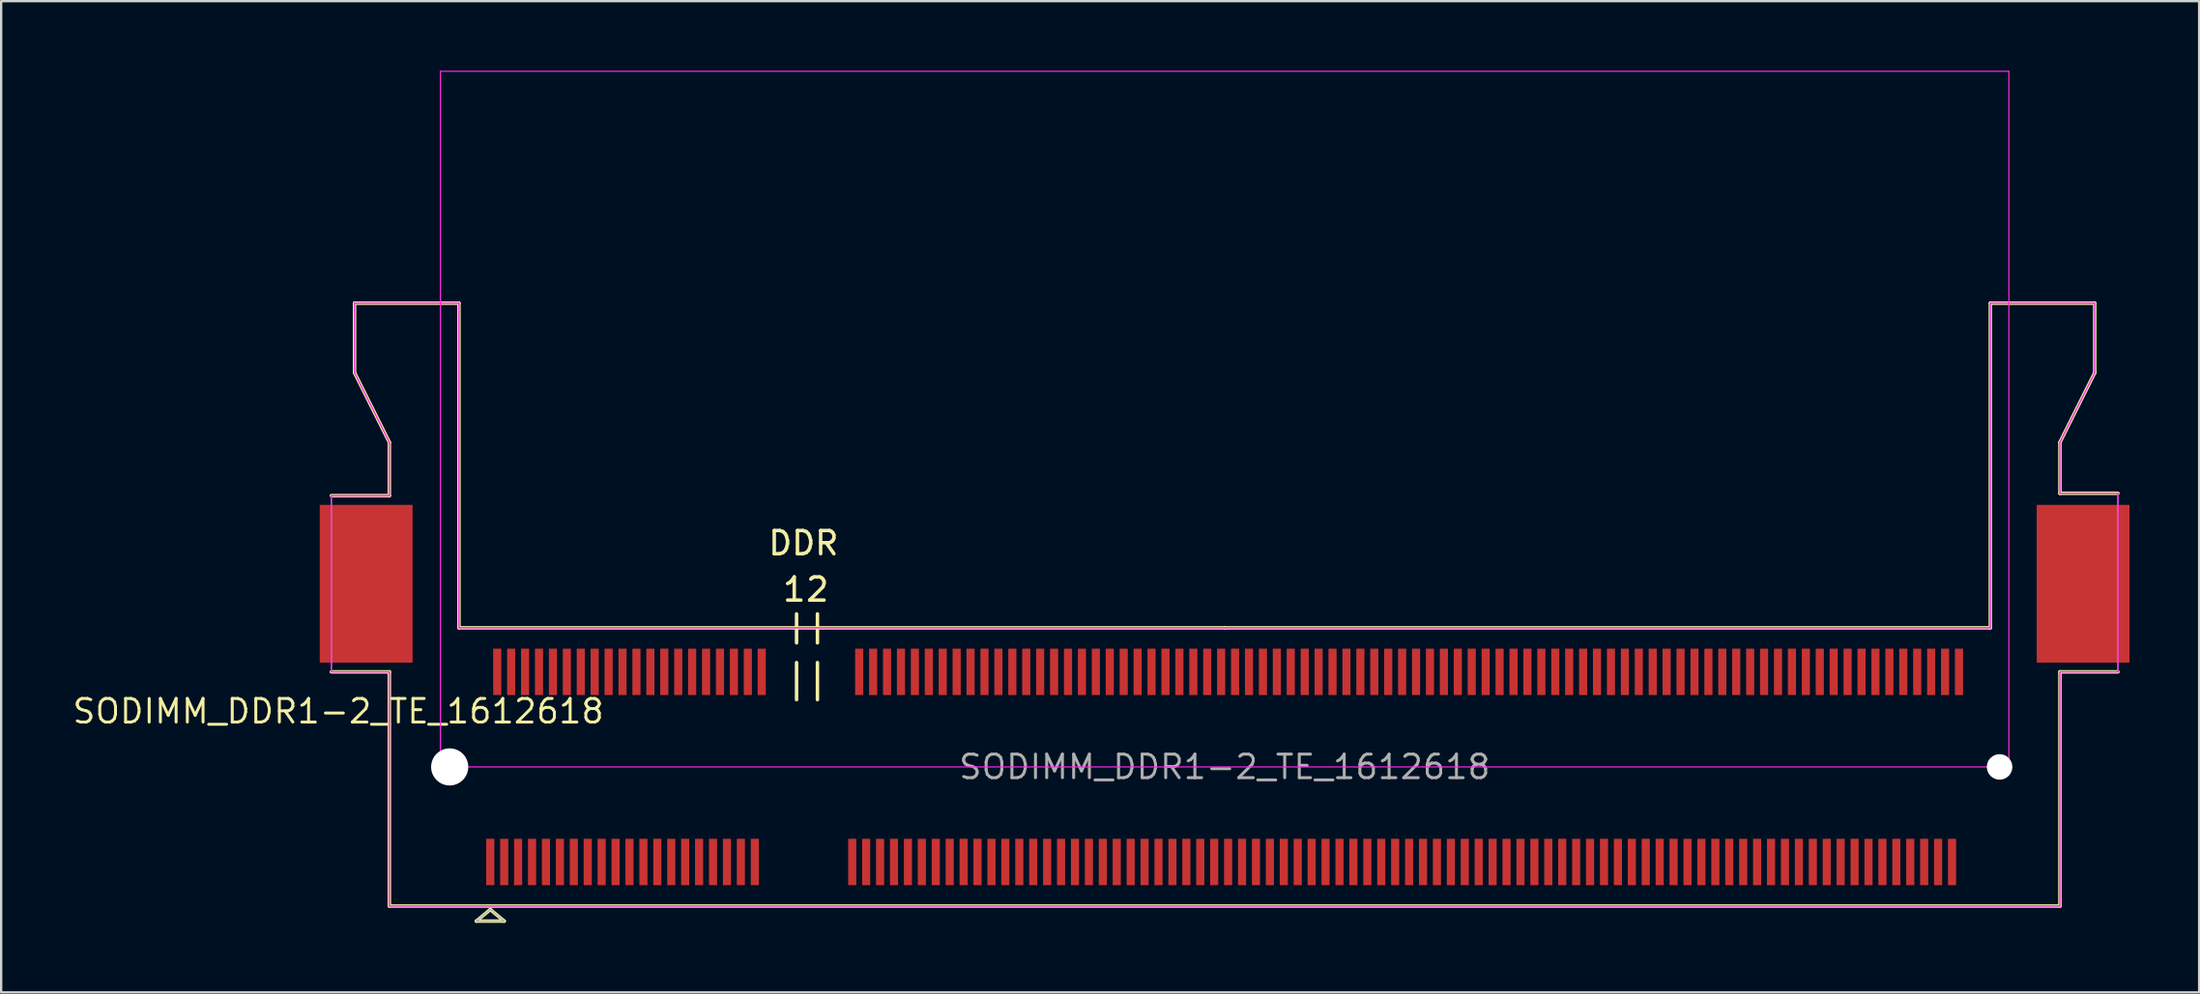
<source format=kicad_pcb>
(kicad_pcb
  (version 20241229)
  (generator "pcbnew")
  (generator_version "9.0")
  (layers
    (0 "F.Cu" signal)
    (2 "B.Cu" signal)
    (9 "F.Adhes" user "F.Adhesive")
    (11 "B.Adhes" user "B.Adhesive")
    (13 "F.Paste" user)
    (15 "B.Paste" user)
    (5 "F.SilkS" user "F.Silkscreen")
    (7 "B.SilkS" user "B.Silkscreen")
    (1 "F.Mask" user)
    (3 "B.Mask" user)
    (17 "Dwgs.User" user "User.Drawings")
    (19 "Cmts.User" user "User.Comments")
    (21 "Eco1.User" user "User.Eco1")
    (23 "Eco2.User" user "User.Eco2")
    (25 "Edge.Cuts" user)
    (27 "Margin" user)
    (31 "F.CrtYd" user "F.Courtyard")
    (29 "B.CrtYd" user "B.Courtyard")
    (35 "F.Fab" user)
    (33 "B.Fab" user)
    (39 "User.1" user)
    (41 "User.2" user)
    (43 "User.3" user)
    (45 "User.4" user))
  (footprint "SODIMM_DDR1-2_TE_1612618"
    (layer "F.Cu")
    (at 49.731 30.025)
    (property "Reference" "SODIMM_DDR1-2_TE_1612618" (at -38.2 -2.4 0) (layer "F.SilkS") (effects (font (size 1.016 1.016) (thickness 0.127))))
    (attr smd)
    (fp_line (start -37.5 -20) (end -37.5 -17) (stroke (width 0.15) (type solid)) (layer "F.SilkS"))
    (fp_line (start -37.5 -17) (end -36 -14) (stroke (width 0.15) (type solid)) (layer "F.SilkS"))
    (fp_line (start -36 -14) (end -36 -11.7) (stroke (width 0.15) (type solid)) (layer "F.SilkS"))
    (fp_line (start -36 -11.7) (end -38.5 -11.7) (stroke (width 0.15) (type solid)) (layer "F.SilkS"))
    (fp_line (start -36 -4.1) (end -38.5 -4.1) (stroke (width 0.15) (type solid)) (layer "F.SilkS"))
    (fp_line (start -36 -4.1) (end -36 6) (stroke (width 0.15) (type solid)) (layer "F.SilkS"))
    (fp_line (start -36 6) (end 36 6) (stroke (width 0.15) (type solid)) (layer "F.SilkS"))
    (fp_line (start -33 -20) (end -37.5 -20) (stroke (width 0.15) (type solid)) (layer "F.SilkS"))
    (fp_line (start -33 -6) (end -33 -20) (stroke (width 0.15) (type solid)) (layer "F.SilkS"))
    (fp_line (start -32.25 6.65) (end -31.65 6.15) (stroke (width 0.15) (type solid)) (layer "F.SilkS"))
    (fp_line (start -31.65 6.15) (end -31.05 6.65) (stroke (width 0.15) (type solid)) (layer "F.SilkS"))
    (fp_line (start -31.05 6.65) (end -32.25 6.65) (stroke (width 0.15) (type solid)) (layer "F.SilkS"))
    (fp_line (start -18.45 -5.35) (end -18.45 -6.6) (stroke (width 0.15) (type solid)) (layer "F.SilkS"))
    (fp_line (start -18.45 -4.5) (end -18.45 -2.9) (stroke (width 0.15) (type solid)) (layer "F.SilkS"))
    (fp_line (start -17.55 -5.35) (end -17.55 -6.6) (stroke (width 0.15) (type solid)) (layer "F.SilkS"))
    (fp_line (start -17.55 -4.5) (end -17.55 -2.9) (stroke (width 0.15) (type solid)) (layer "F.SilkS"))
    (fp_line (start 0 -6) (end -33 -6) (stroke (width 0.15) (type solid)) (layer "F.SilkS"))
    (fp_line (start 33 -20) (end 33 -6) (stroke (width 0.15) (type solid)) (layer "F.SilkS"))
    (fp_line (start 33 -6) (end 0 -6) (stroke (width 0.15) (type solid)) (layer "F.SilkS"))
    (fp_line (start 36 -14) (end 36 -11.8) (stroke (width 0.15) (type solid)) (layer "F.SilkS"))
    (fp_line (start 36 -14) (end 37.5 -17) (stroke (width 0.15) (type solid)) (layer "F.SilkS"))
    (fp_line (start 36 -11.8) (end 38.5 -11.8) (stroke (width 0.15) (type solid)) (layer "F.SilkS"))
    (fp_line (start 36 -4.1) (end 38.5 -4.1) (stroke (width 0.15) (type solid)) (layer "F.SilkS"))
    (fp_line (start 36 6) (end 36 -4.1) (stroke (width 0.15) (type solid)) (layer "F.SilkS"))
    (fp_line (start 37.5 -20) (end 33 -20) (stroke (width 0.15) (type solid)) (layer "F.SilkS"))
    (fp_line (start 37.5 -17) (end 37.5 -20) (stroke (width 0.15) (type solid)) (layer "F.SilkS"))
    (fp_line (start -38.5 -11.7) (end -38.5 -4.1) (stroke (width 0.051) (type solid)) (layer "F.CrtYd"))
    (fp_line (start -37.5 -20) (end -37.5 -17) (stroke (width 0.051) (type solid)) (layer "F.CrtYd"))
    (fp_line (start -37.5 -17) (end -36 -14) (stroke (width 0.051) (type solid)) (layer "F.CrtYd"))
    (fp_line (start -36 -14) (end -36 -11.7) (stroke (width 0.051) (type solid)) (layer "F.CrtYd"))
    (fp_line (start -36 -11.7) (end -38.5 -11.7) (stroke (width 0.051) (type solid)) (layer "F.CrtYd"))
    (fp_line (start -36 -4.1) (end -38.5 -4.1) (stroke (width 0.051) (type solid)) (layer "F.CrtYd"))
    (fp_line (start -36 -4.1) (end -36 6) (stroke (width 0.051) (type solid)) (layer "F.CrtYd"))
    (fp_line (start -36 6) (end 36 6) (stroke (width 0.051) (type solid)) (layer "F.CrtYd"))
    (fp_line (start -33.8 -30) (end 33.8 -30) (stroke (width 0.051) (type solid)) (layer "F.CrtYd"))
    (fp_line (start -33.8 0) (end -33.8 -30) (stroke (width 0.051) (type solid)) (layer "F.CrtYd"))
    (fp_line (start -33.8 0) (end 33.8 0) (stroke (width 0.051) (type solid)) (layer "F.CrtYd"))
    (fp_line (start -33 -20) (end -37.5 -20) (stroke (width 0.051) (type solid)) (layer "F.CrtYd"))
    (fp_line (start -33 -6) (end -33 -20) (stroke (width 0.051) (type solid)) (layer "F.CrtYd"))
    (fp_line (start 0 -6) (end -33 -6) (stroke (width 0.051) (type solid)) (layer "F.CrtYd"))
    (fp_line (start 33 -20) (end 33 -6) (stroke (width 0.051) (type solid)) (layer "F.CrtYd"))
    (fp_line (start 33 -6) (end 0 -6) (stroke (width 0.051) (type solid)) (layer "F.CrtYd"))
    (fp_line (start 33.8 -30) (end 33.8 0) (stroke (width 0.051) (type solid)) (layer "F.CrtYd"))
    (fp_line (start 36 -14) (end 36 -11.8) (stroke (width 0.051) (type solid)) (layer "F.CrtYd"))
    (fp_line (start 36 -14) (end 37.5 -17) (stroke (width 0.051) (type solid)) (layer "F.CrtYd"))
    (fp_line (start 36 -11.8) (end 38.5 -11.8) (stroke (width 0.051) (type solid)) (layer "F.CrtYd"))
    (fp_line (start 36 -4.1) (end 38.5 -4.1) (stroke (width 0.051) (type solid)) (layer "F.CrtYd"))
    (fp_line (start 36 6) (end 36 -4.1) (stroke (width 0.051) (type solid)) (layer "F.CrtYd"))
    (fp_line (start 37.5 -20) (end 33 -20) (stroke (width 0.051) (type solid)) (layer "F.CrtYd"))
    (fp_line (start 37.5 -17) (end 37.5 -20) (stroke (width 0.051) (type solid)) (layer "F.CrtYd"))
    (fp_line (start 38.5 -11.8) (end 38.5 -4.1) (stroke (width 0.051) (type solid)) (layer "F.CrtYd"))
    (fp_line (start -38.5 -11.7) (end -38.5 -4.1) (stroke (width 0.051) (type solid)) (layer "F.Fab"))
    (fp_line (start -37.5 -20) (end -37.5 -17) (stroke (width 0.051) (type solid)) (layer "F.Fab"))
    (fp_line (start -37.5 -17) (end -36 -14) (stroke (width 0.051) (type solid)) (layer "F.Fab"))
    (fp_line (start -36 -14) (end -36 -11.7) (stroke (width 0.051) (type solid)) (layer "F.Fab"))
    (fp_line (start -36 -11.7) (end -38.5 -11.7) (stroke (width 0.051) (type solid)) (layer "F.Fab"))
    (fp_line (start -36 -4.1) (end -38.5 -4.1) (stroke (width 0.051) (type solid)) (layer "F.Fab"))
    (fp_line (start -36 -4.1) (end -36 6) (stroke (width 0.051) (type solid)) (layer "F.Fab"))
    (fp_line (start -36 6) (end 36 6) (stroke (width 0.051) (type solid)) (layer "F.Fab"))
    (fp_line (start -33 -20) (end -37.5 -20) (stroke (width 0.051) (type solid)) (layer "F.Fab"))
    (fp_line (start -33 -6) (end -33 -20) (stroke (width 0.051) (type solid)) (layer "F.Fab"))
    (fp_line (start -32.25 6.65) (end -31.65 6.15) (stroke (width 0.051) (type solid)) (layer "F.Fab"))
    (fp_line (start -31.65 6.15) (end -31.05 6.65) (stroke (width 0.051) (type solid)) (layer "F.Fab"))
    (fp_line (start -31.05 6.65) (end -32.25 6.65) (stroke (width 0.051) (type solid)) (layer "F.Fab"))
    (fp_line (start 0 -6) (end -33 -6) (stroke (width 0.051) (type solid)) (layer "F.Fab"))
    (fp_line (start 33 -20) (end 33 -6) (stroke (width 0.051) (type solid)) (layer "F.Fab"))
    (fp_line (start 33 -6) (end 0 -6) (stroke (width 0.051) (type solid)) (layer "F.Fab"))
    (fp_line (start 36 -14) (end 36 -11.8) (stroke (width 0.051) (type solid)) (layer "F.Fab"))
    (fp_line (start 36 -14) (end 37.5 -17) (stroke (width 0.051) (type solid)) (layer "F.Fab"))
    (fp_line (start 36 -11.8) (end 38.5 -11.8) (stroke (width 0.051) (type solid)) (layer "F.Fab"))
    (fp_line (start 36 -4.1) (end 38.5 -4.1) (stroke (width 0.051) (type solid)) (layer "F.Fab"))
    (fp_line (start 36 6) (end 36 -4.1) (stroke (width 0.051) (type solid)) (layer "F.Fab"))
    (fp_line (start 37.5 -20) (end 33 -20) (stroke (width 0.051) (type solid)) (layer "F.Fab"))
    (fp_line (start 37.5 -17) (end 37.5 -20) (stroke (width 0.051) (type solid)) (layer "F.Fab"))
    (fp_line (start 38.5 -11.8) (end 38.5 -4.1) (stroke (width 0.051) (type solid)) (layer "F.Fab"))
    (fp_text user "2" (at -17.55 -7.65 0) (layer "F.SilkS") (effects (font (size 1 1) (thickness 0.15))))
    (fp_text user "1" (at -18.55 -7.65 0) (layer "F.SilkS") (effects (font (size 1 1) (thickness 0.15))))
    (fp_text user "DDR" (at -18.15 -9.65 0) (layer "F.SilkS") (effects (font (size 1 1) (thickness 0.15))))
    (fp_text user "${REFERENCE}" (at 0 0 0) (layer "F.Fab") (effects (font (size 1.016 1.016) (thickness 0.127))))
    (pad "" smd rect (at -37 -7.9) (size 4 6.8) (layers "F.Cu" "F.Mask" "F.Paste"))
    (pad "" np_thru_hole circle (at -33.4 0) (size 1.6 1.6) (drill 1.6) (layers "*.Cu" "*.Mask"))
    (pad "" np_thru_hole circle (at 33.4 0) (size 1.1 1.1) (drill 1.1) (layers "*.Cu" "*.Mask"))
    (pad "" smd rect (at 37 -7.9) (size 4 6.8) (layers "F.Cu" "F.Mask" "F.Paste"))
    (pad "1" smd rect (at -31.65 4.1) (size 0.35 2) (layers "F.Cu" "F.Mask" "F.Paste"))
    (pad "2" smd rect (at -31.35 -4.1) (size 0.35 2) (layers "F.Cu" "F.Mask" "F.Paste"))
    (pad "3" smd rect (at -31.05 4.1) (size 0.35 2) (layers "F.Cu" "F.Mask" "F.Paste"))
    (pad "4" smd rect (at -30.75 -4.1) (size 0.35 2) (layers "F.Cu" "F.Mask" "F.Paste"))
    (pad "5" smd rect (at -30.45 4.1) (size 0.35 2) (layers "F.Cu" "F.Mask" "F.Paste"))
    (pad "6" smd rect (at -30.15 -4.1) (size 0.35 2) (layers "F.Cu" "F.Mask" "F.Paste"))
    (pad "7" smd rect (at -29.85 4.1) (size 0.35 2) (layers "F.Cu" "F.Mask" "F.Paste"))
    (pad "8" smd rect (at -29.55 -4.1) (size 0.35 2) (layers "F.Cu" "F.Mask" "F.Paste"))
    (pad "9" smd rect (at -29.25 4.1) (size 0.35 2) (layers "F.Cu" "F.Mask" "F.Paste"))
    (pad "10" smd rect (at -28.95 -4.1) (size 0.35 2) (layers "F.Cu" "F.Mask" "F.Paste"))
    (pad "11" smd rect (at -28.65 4.1) (size 0.35 2) (layers "F.Cu" "F.Mask" "F.Paste"))
    (pad "12" smd rect (at -28.35 -4.1) (size 0.35 2) (layers "F.Cu" "F.Mask" "F.Paste"))
    (pad "13" smd rect (at -28.05 4.1) (size 0.35 2) (layers "F.Cu" "F.Mask" "F.Paste"))
    (pad "14" smd rect (at -27.75 -4.1) (size 0.35 2) (layers "F.Cu" "F.Mask" "F.Paste"))
    (pad "15" smd rect (at -27.45 4.1) (size 0.35 2) (layers "F.Cu" "F.Mask" "F.Paste"))
    (pad "16" smd rect (at -27.15 -4.1) (size 0.35 2) (layers "F.Cu" "F.Mask" "F.Paste"))
    (pad "17" smd rect (at -26.85 4.1) (size 0.35 2) (layers "F.Cu" "F.Mask" "F.Paste"))
    (pad "18" smd rect (at -26.55 -4.1) (size 0.35 2) (layers "F.Cu" "F.Mask" "F.Paste"))
    (pad "19" smd rect (at -26.25 4.1) (size 0.35 2) (layers "F.Cu" "F.Mask" "F.Paste"))
    (pad "20" smd rect (at -25.95 -4.1) (size 0.35 2) (layers "F.Cu" "F.Mask" "F.Paste"))
    (pad "21" smd rect (at -25.65 4.1) (size 0.35 2) (layers "F.Cu" "F.Mask" "F.Paste"))
    (pad "22" smd rect (at -25.35 -4.1) (size 0.35 2) (layers "F.Cu" "F.Mask" "F.Paste"))
    (pad "23" smd rect (at -25.05 4.1) (size 0.35 2) (layers "F.Cu" "F.Mask" "F.Paste"))
    (pad "24" smd rect (at -24.75 -4.1) (size 0.35 2) (layers "F.Cu" "F.Mask" "F.Paste"))
    (pad "25" smd rect (at -24.45 4.1) (size 0.35 2) (layers "F.Cu" "F.Mask" "F.Paste"))
    (pad "26" smd rect (at -24.15 -4.1) (size 0.35 2) (layers "F.Cu" "F.Mask" "F.Paste"))
    (pad "27" smd rect (at -23.85 4.1) (size 0.35 2) (layers "F.Cu" "F.Mask" "F.Paste"))
    (pad "28" smd rect (at -23.55 -4.1) (size 0.35 2) (layers "F.Cu" "F.Mask" "F.Paste"))
    (pad "29" smd rect (at -23.25 4.1) (size 0.35 2) (layers "F.Cu" "F.Mask" "F.Paste"))
    (pad "30" smd rect (at -22.95 -4.1) (size 0.35 2) (layers "F.Cu" "F.Mask" "F.Paste"))
    (pad "31" smd rect (at -22.65 4.1) (size 0.35 2) (layers "F.Cu" "F.Mask" "F.Paste"))
    (pad "32" smd rect (at -22.35 -4.1) (size 0.35 2) (layers "F.Cu" "F.Mask" "F.Paste"))
    (pad "33" smd rect (at -22.05 4.1) (size 0.35 2) (layers "F.Cu" "F.Mask" "F.Paste"))
    (pad "34" smd rect (at -21.75 -4.1) (size 0.35 2) (layers "F.Cu" "F.Mask" "F.Paste"))
    (pad "35" smd rect (at -21.45 4.1) (size 0.35 2) (layers "F.Cu" "F.Mask" "F.Paste"))
    (pad "36" smd rect (at -21.15 -4.1) (size 0.35 2) (layers "F.Cu" "F.Mask" "F.Paste"))
    (pad "37" smd rect (at -20.85 4.1) (size 0.35 2) (layers "F.Cu" "F.Mask" "F.Paste"))
    (pad "38" smd rect (at -20.55 -4.1) (size 0.35 2) (layers "F.Cu" "F.Mask" "F.Paste"))
    (pad "39" smd rect (at -20.25 4.1) (size 0.35 2) (layers "F.Cu" "F.Mask" "F.Paste"))
    (pad "40" smd rect (at -19.95 -4.1) (size 0.35 2) (layers "F.Cu" "F.Mask" "F.Paste"))
    (pad "41" smd rect (at -16.05 4.1) (size 0.35 2) (layers "F.Cu" "F.Mask" "F.Paste"))
    (pad "42" smd rect (at -15.75 -4.1) (size 0.35 2) (layers "F.Cu" "F.Mask" "F.Paste"))
    (pad "43" smd rect (at -15.45 4.1) (size 0.35 2) (layers "F.Cu" "F.Mask" "F.Paste"))
    (pad "44" smd rect (at -15.15 -4.1) (size 0.35 2) (layers "F.Cu" "F.Mask" "F.Paste"))
    (pad "45" smd rect (at -14.85 4.1) (size 0.35 2) (layers "F.Cu" "F.Mask" "F.Paste"))
    (pad "46" smd rect (at -14.55 -4.1) (size 0.35 2) (layers "F.Cu" "F.Mask" "F.Paste"))
    (pad "47" smd rect (at -14.25 4.1) (size 0.35 2) (layers "F.Cu" "F.Mask" "F.Paste"))
    (pad "48" smd rect (at -13.95 -4.1) (size 0.35 2) (layers "F.Cu" "F.Mask" "F.Paste"))
    (pad "49" smd rect (at -13.65 4.1) (size 0.35 2) (layers "F.Cu" "F.Mask" "F.Paste"))
    (pad "50" smd rect (at -13.35 -4.1) (size 0.35 2) (layers "F.Cu" "F.Mask" "F.Paste"))
    (pad "51" smd rect (at -13.05 4.1) (size 0.35 2) (layers "F.Cu" "F.Mask" "F.Paste"))
    (pad "52" smd rect (at -12.75 -4.1) (size 0.35 2) (layers "F.Cu" "F.Mask" "F.Paste"))
    (pad "53" smd rect (at -12.45 4.1) (size 0.35 2) (layers "F.Cu" "F.Mask" "F.Paste"))
    (pad "54" smd rect (at -12.15 -4.1) (size 0.35 2) (layers "F.Cu" "F.Mask" "F.Paste"))
    (pad "55" smd rect (at -11.85 4.1) (size 0.35 2) (layers "F.Cu" "F.Mask" "F.Paste"))
    (pad "56" smd rect (at -11.55 -4.1) (size 0.35 2) (layers "F.Cu" "F.Mask" "F.Paste"))
    (pad "57" smd rect (at -11.25 4.1) (size 0.35 2) (layers "F.Cu" "F.Mask" "F.Paste"))
    (pad "58" smd rect (at -10.95 -4.1) (size 0.35 2) (layers "F.Cu" "F.Mask" "F.Paste"))
    (pad "59" smd rect (at -10.65 4.1) (size 0.35 2) (layers "F.Cu" "F.Mask" "F.Paste"))
    (pad "60" smd rect (at -10.35 -4.1) (size 0.35 2) (layers "F.Cu" "F.Mask" "F.Paste"))
    (pad "61" smd rect (at -10.05 4.1) (size 0.35 2) (layers "F.Cu" "F.Mask" "F.Paste"))
    (pad "62" smd rect (at -9.75 -4.1) (size 0.35 2) (layers "F.Cu" "F.Mask" "F.Paste"))
    (pad "63" smd rect (at -9.45 4.1) (size 0.35 2) (layers "F.Cu" "F.Mask" "F.Paste"))
    (pad "64" smd rect (at -9.15 -4.1) (size 0.35 2) (layers "F.Cu" "F.Mask" "F.Paste"))
    (pad "65" smd rect (at -8.85 4.1) (size 0.35 2) (layers "F.Cu" "F.Mask" "F.Paste"))
    (pad "66" smd rect (at -8.55 -4.1) (size 0.35 2) (layers "F.Cu" "F.Mask" "F.Paste"))
    (pad "67" smd rect (at -8.25 4.1) (size 0.35 2) (layers "F.Cu" "F.Mask" "F.Paste"))
    (pad "68" smd rect (at -7.95 -4.1) (size 0.35 2) (layers "F.Cu" "F.Mask" "F.Paste"))
    (pad "69" smd rect (at -7.65 4.1) (size 0.35 2) (layers "F.Cu" "F.Mask" "F.Paste"))
    (pad "70" smd rect (at -7.35 -4.1) (size 0.35 2) (layers "F.Cu" "F.Mask" "F.Paste"))
    (pad "71" smd rect (at -7.05 4.1) (size 0.35 2) (layers "F.Cu" "F.Mask" "F.Paste"))
    (pad "72" smd rect (at -6.75 -4.1) (size 0.35 2) (layers "F.Cu" "F.Mask" "F.Paste"))
    (pad "73" smd rect (at -6.45 4.1) (size 0.35 2) (layers "F.Cu" "F.Mask" "F.Paste"))
    (pad "74" smd rect (at -6.15 -4.1) (size 0.35 2) (layers "F.Cu" "F.Mask" "F.Paste"))
    (pad "75" smd rect (at -5.85 4.1) (size 0.35 2) (layers "F.Cu" "F.Mask" "F.Paste"))
    (pad "76" smd rect (at -5.55 -4.1) (size 0.35 2) (layers "F.Cu" "F.Mask" "F.Paste"))
    (pad "77" smd rect (at -5.25 4.1) (size 0.35 2) (layers "F.Cu" "F.Mask" "F.Paste"))
    (pad "78" smd rect (at -4.95 -4.1) (size 0.35 2) (layers "F.Cu" "F.Mask" "F.Paste"))
    (pad "79" smd rect (at -4.65 4.1) (size 0.35 2) (layers "F.Cu" "F.Mask" "F.Paste"))
    (pad "80" smd rect (at -4.35 -4.1) (size 0.35 2) (layers "F.Cu" "F.Mask" "F.Paste"))
    (pad "81" smd rect (at -4.05 4.1) (size 0.35 2) (layers "F.Cu" "F.Mask" "F.Paste"))
    (pad "82" smd rect (at -3.75 -4.1) (size 0.35 2) (layers "F.Cu" "F.Mask" "F.Paste"))
    (pad "83" smd rect (at -3.45 4.1) (size 0.35 2) (layers "F.Cu" "F.Mask" "F.Paste"))
    (pad "84" smd rect (at -3.15 -4.1) (size 0.35 2) (layers "F.Cu" "F.Mask" "F.Paste"))
    (pad "85" smd rect (at -2.85 4.1) (size 0.35 2) (layers "F.Cu" "F.Mask" "F.Paste"))
    (pad "86" smd rect (at -2.55 -4.1) (size 0.35 2) (layers "F.Cu" "F.Mask" "F.Paste"))
    (pad "87" smd rect (at -2.25 4.1) (size 0.35 2) (layers "F.Cu" "F.Mask" "F.Paste"))
    (pad "88" smd rect (at -1.95 -4.1) (size 0.35 2) (layers "F.Cu" "F.Mask" "F.Paste"))
    (pad "89" smd rect (at -1.65 4.1) (size 0.35 2) (layers "F.Cu" "F.Mask" "F.Paste"))
    (pad "90" smd rect (at -1.35 -4.1) (size 0.35 2) (layers "F.Cu" "F.Mask" "F.Paste"))
    (pad "91" smd rect (at -1.05 4.1) (size 0.35 2) (layers "F.Cu" "F.Mask" "F.Paste"))
    (pad "92" smd rect (at -0.75 -4.1) (size 0.35 2) (layers "F.Cu" "F.Mask" "F.Paste"))
    (pad "93" smd rect (at -0.45 4.1) (size 0.35 2) (layers "F.Cu" "F.Mask" "F.Paste"))
    (pad "94" smd rect (at -0.15 -4.1) (size 0.35 2) (layers "F.Cu" "F.Mask" "F.Paste"))
    (pad "95" smd rect (at 0.15 4.1) (size 0.35 2) (layers "F.Cu" "F.Mask" "F.Paste"))
    (pad "96" smd rect (at 0.45 -4.1) (size 0.35 2) (layers "F.Cu" "F.Mask" "F.Paste"))
    (pad "97" smd rect (at 0.75 4.1) (size 0.35 2) (layers "F.Cu" "F.Mask" "F.Paste"))
    (pad "98" smd rect (at 1.05 -4.1) (size 0.35 2) (layers "F.Cu" "F.Mask" "F.Paste"))
    (pad "99" smd rect (at 1.35 4.1) (size 0.35 2) (layers "F.Cu" "F.Mask" "F.Paste"))
    (pad "100" smd rect (at 1.65 -4.1) (size 0.35 2) (layers "F.Cu" "F.Mask" "F.Paste"))
    (pad "101" smd rect (at 1.95 4.1) (size 0.35 2) (layers "F.Cu" "F.Mask" "F.Paste"))
    (pad "102" smd rect (at 2.25 -4.1) (size 0.35 2) (layers "F.Cu" "F.Mask" "F.Paste"))
    (pad "103" smd rect (at 2.55 4.1) (size 0.35 2) (layers "F.Cu" "F.Mask" "F.Paste"))
    (pad "104" smd rect (at 2.85 -4.1) (size 0.35 2) (layers "F.Cu" "F.Mask" "F.Paste"))
    (pad "105" smd rect (at 3.15 4.1) (size 0.35 2) (layers "F.Cu" "F.Mask" "F.Paste"))
    (pad "106" smd rect (at 3.45 -4.1) (size 0.35 2) (layers "F.Cu" "F.Mask" "F.Paste"))
    (pad "107" smd rect (at 3.75 4.1) (size 0.35 2) (layers "F.Cu" "F.Mask" "F.Paste"))
    (pad "108" smd rect (at 4.05 -4.1) (size 0.35 2) (layers "F.Cu" "F.Mask" "F.Paste"))
    (pad "109" smd rect (at 4.35 4.1) (size 0.35 2) (layers "F.Cu" "F.Mask" "F.Paste"))
    (pad "110" smd rect (at 4.65 -4.1) (size 0.35 2) (layers "F.Cu" "F.Mask" "F.Paste"))
    (pad "111" smd rect (at 4.95 4.1) (size 0.35 2) (layers "F.Cu" "F.Mask" "F.Paste"))
    (pad "112" smd rect (at 5.25 -4.1) (size 0.35 2) (layers "F.Cu" "F.Mask" "F.Paste"))
    (pad "113" smd rect (at 5.55 4.1) (size 0.35 2) (layers "F.Cu" "F.Mask" "F.Paste"))
    (pad "114" smd rect (at 5.85 -4.1) (size 0.35 2) (layers "F.Cu" "F.Mask" "F.Paste"))
    (pad "115" smd rect (at 6.15 4.1) (size 0.35 2) (layers "F.Cu" "F.Mask" "F.Paste"))
    (pad "116" smd rect (at 6.45 -4.1) (size 0.35 2) (layers "F.Cu" "F.Mask" "F.Paste"))
    (pad "117" smd rect (at 6.75 4.1) (size 0.35 2) (layers "F.Cu" "F.Mask" "F.Paste"))
    (pad "118" smd rect (at 7.05 -4.1) (size 0.35 2) (layers "F.Cu" "F.Mask" "F.Paste"))
    (pad "119" smd rect (at 7.35 4.1) (size 0.35 2) (layers "F.Cu" "F.Mask" "F.Paste"))
    (pad "120" smd rect (at 7.65 -4.1) (size 0.35 2) (layers "F.Cu" "F.Mask" "F.Paste"))
    (pad "121" smd rect (at 7.95 4.1) (size 0.35 2) (layers "F.Cu" "F.Mask" "F.Paste"))
    (pad "122" smd rect (at 8.25 -4.1) (size 0.35 2) (layers "F.Cu" "F.Mask" "F.Paste"))
    (pad "123" smd rect (at 8.55 4.1) (size 0.35 2) (layers "F.Cu" "F.Mask" "F.Paste"))
    (pad "124" smd rect (at 8.85 -4.1) (size 0.35 2) (layers "F.Cu" "F.Mask" "F.Paste"))
    (pad "125" smd rect (at 9.15 4.1) (size 0.35 2) (layers "F.Cu" "F.Mask" "F.Paste"))
    (pad "126" smd rect (at 9.45 -4.1) (size 0.35 2) (layers "F.Cu" "F.Mask" "F.Paste"))
    (pad "127" smd rect (at 9.75 4.1) (size 0.35 2) (layers "F.Cu" "F.Mask" "F.Paste"))
    (pad "128" smd rect (at 10.05 -4.1) (size 0.35 2) (layers "F.Cu" "F.Mask" "F.Paste"))
    (pad "129" smd rect (at 10.35 4.1) (size 0.35 2) (layers "F.Cu" "F.Mask" "F.Paste"))
    (pad "130" smd rect (at 10.65 -4.1) (size 0.35 2) (layers "F.Cu" "F.Mask" "F.Paste"))
    (pad "131" smd rect (at 10.95 4.1) (size 0.35 2) (layers "F.Cu" "F.Mask" "F.Paste"))
    (pad "132" smd rect (at 11.25 -4.1) (size 0.35 2) (layers "F.Cu" "F.Mask" "F.Paste"))
    (pad "133" smd rect (at 11.55 4.1) (size 0.35 2) (layers "F.Cu" "F.Mask" "F.Paste"))
    (pad "134" smd rect (at 11.85 -4.1) (size 0.35 2) (layers "F.Cu" "F.Mask" "F.Paste"))
    (pad "135" smd rect (at 12.15 4.1) (size 0.35 2) (layers "F.Cu" "F.Mask" "F.Paste"))
    (pad "136" smd rect (at 12.45 -4.1) (size 0.35 2) (layers "F.Cu" "F.Mask" "F.Paste"))
    (pad "137" smd rect (at 12.75 4.1) (size 0.35 2) (layers "F.Cu" "F.Mask" "F.Paste"))
    (pad "138" smd rect (at 13.05 -4.1) (size 0.35 2) (layers "F.Cu" "F.Mask" "F.Paste"))
    (pad "139" smd rect (at 13.35 4.1) (size 0.35 2) (layers "F.Cu" "F.Mask" "F.Paste"))
    (pad "140" smd rect (at 13.65 -4.1) (size 0.35 2) (layers "F.Cu" "F.Mask" "F.Paste"))
    (pad "141" smd rect (at 13.95 4.1) (size 0.35 2) (layers "F.Cu" "F.Mask" "F.Paste"))
    (pad "142" smd rect (at 14.25 -4.1) (size 0.35 2) (layers "F.Cu" "F.Mask" "F.Paste"))
    (pad "143" smd rect (at 14.55 4.1) (size 0.35 2) (layers "F.Cu" "F.Mask" "F.Paste"))
    (pad "144" smd rect (at 14.85 -4.1) (size 0.35 2) (layers "F.Cu" "F.Mask" "F.Paste"))
    (pad "145" smd rect (at 15.15 4.1) (size 0.35 2) (layers "F.Cu" "F.Mask" "F.Paste"))
    (pad "146" smd rect (at 15.45 -4.1) (size 0.35 2) (layers "F.Cu" "F.Mask" "F.Paste"))
    (pad "147" smd rect (at 15.75 4.1) (size 0.35 2) (layers "F.Cu" "F.Mask" "F.Paste"))
    (pad "148" smd rect (at 16.05 -4.1) (size 0.35 2) (layers "F.Cu" "F.Mask" "F.Paste"))
    (pad "149" smd rect (at 16.35 4.1) (size 0.35 2) (layers "F.Cu" "F.Mask" "F.Paste"))
    (pad "150" smd rect (at 16.65 -4.1) (size 0.35 2) (layers "F.Cu" "F.Mask" "F.Paste"))
    (pad "151" smd rect (at 16.95 4.1) (size 0.35 2) (layers "F.Cu" "F.Mask" "F.Paste"))
    (pad "152" smd rect (at 17.25 -4.1) (size 0.35 2) (layers "F.Cu" "F.Mask" "F.Paste"))
    (pad "153" smd rect (at 17.55 4.1) (size 0.35 2) (layers "F.Cu" "F.Mask" "F.Paste"))
    (pad "154" smd rect (at 17.85 -4.1) (size 0.35 2) (layers "F.Cu" "F.Mask" "F.Paste"))
    (pad "155" smd rect (at 18.15 4.1) (size 0.35 2) (layers "F.Cu" "F.Mask" "F.Paste"))
    (pad "156" smd rect (at 18.45 -4.1) (size 0.35 2) (layers "F.Cu" "F.Mask" "F.Paste"))
    (pad "157" smd rect (at 18.75 4.1) (size 0.35 2) (layers "F.Cu" "F.Mask" "F.Paste"))
    (pad "158" smd rect (at 19.05 -4.1) (size 0.35 2) (layers "F.Cu" "F.Mask" "F.Paste"))
    (pad "159" smd rect (at 19.35 4.1) (size 0.35 2) (layers "F.Cu" "F.Mask" "F.Paste"))
    (pad "160" smd rect (at 19.65 -4.1) (size 0.35 2) (layers "F.Cu" "F.Mask" "F.Paste"))
    (pad "161" smd rect (at 19.95 4.1) (size 0.35 2) (layers "F.Cu" "F.Mask" "F.Paste"))
    (pad "162" smd rect (at 20.25 -4.1) (size 0.35 2) (layers "F.Cu" "F.Mask" "F.Paste"))
    (pad "163" smd rect (at 20.55 4.1) (size 0.35 2) (layers "F.Cu" "F.Mask" "F.Paste"))
    (pad "164" smd rect (at 20.85 -4.1) (size 0.35 2) (layers "F.Cu" "F.Mask" "F.Paste"))
    (pad "165" smd rect (at 21.15 4.1) (size 0.35 2) (layers "F.Cu" "F.Mask" "F.Paste"))
    (pad "166" smd rect (at 21.45 -4.1) (size 0.35 2) (layers "F.Cu" "F.Mask" "F.Paste"))
    (pad "167" smd rect (at 21.75 4.1) (size 0.35 2) (layers "F.Cu" "F.Mask" "F.Paste"))
    (pad "168" smd rect (at 22.05 -4.1) (size 0.35 2) (layers "F.Cu" "F.Mask" "F.Paste"))
    (pad "169" smd rect (at 22.35 4.1) (size 0.35 2) (layers "F.Cu" "F.Mask" "F.Paste"))
    (pad "170" smd rect (at 22.65 -4.1) (size 0.35 2) (layers "F.Cu" "F.Mask" "F.Paste"))
    (pad "171" smd rect (at 22.95 4.1) (size 0.35 2) (layers "F.Cu" "F.Mask" "F.Paste"))
    (pad "172" smd rect (at 23.25 -4.1) (size 0.35 2) (layers "F.Cu" "F.Mask" "F.Paste"))
    (pad "173" smd rect (at 23.55 4.1) (size 0.35 2) (layers "F.Cu" "F.Mask" "F.Paste"))
    (pad "174" smd rect (at 23.85 -4.1) (size 0.35 2) (layers "F.Cu" "F.Mask" "F.Paste"))
    (pad "175" smd rect (at 24.15 4.1) (size 0.35 2) (layers "F.Cu" "F.Mask" "F.Paste"))
    (pad "176" smd rect (at 24.45 -4.1) (size 0.35 2) (layers "F.Cu" "F.Mask" "F.Paste"))
    (pad "177" smd rect (at 24.75 4.1) (size 0.35 2) (layers "F.Cu" "F.Mask" "F.Paste"))
    (pad "178" smd rect (at 25.05 -4.1) (size 0.35 2) (layers "F.Cu" "F.Mask" "F.Paste"))
    (pad "179" smd rect (at 25.35 4.1) (size 0.35 2) (layers "F.Cu" "F.Mask" "F.Paste"))
    (pad "180" smd rect (at 25.65 -4.1) (size 0.35 2) (layers "F.Cu" "F.Mask" "F.Paste"))
    (pad "181" smd rect (at 25.95 4.1) (size 0.35 2) (layers "F.Cu" "F.Mask" "F.Paste"))
    (pad "182" smd rect (at 26.25 -4.1) (size 0.35 2) (layers "F.Cu" "F.Mask" "F.Paste"))
    (pad "183" smd rect (at 26.55 4.1) (size 0.35 2) (layers "F.Cu" "F.Mask" "F.Paste"))
    (pad "184" smd rect (at 26.85 -4.1) (size 0.35 2) (layers "F.Cu" "F.Mask" "F.Paste"))
    (pad "185" smd rect (at 27.15 4.1) (size 0.35 2) (layers "F.Cu" "F.Mask" "F.Paste"))
    (pad "186" smd rect (at 27.45 -4.1) (size 0.35 2) (layers "F.Cu" "F.Mask" "F.Paste"))
    (pad "187" smd rect (at 27.75 4.1) (size 0.35 2) (layers "F.Cu" "F.Mask" "F.Paste"))
    (pad "188" smd rect (at 28.05 -4.1) (size 0.35 2) (layers "F.Cu" "F.Mask" "F.Paste"))
    (pad "189" smd rect (at 28.35 4.1) (size 0.35 2) (layers "F.Cu" "F.Mask" "F.Paste"))
    (pad "190" smd rect (at 28.65 -4.1) (size 0.35 2) (layers "F.Cu" "F.Mask" "F.Paste"))
    (pad "191" smd rect (at 28.95 4.1) (size 0.35 2) (layers "F.Cu" "F.Mask" "F.Paste"))
    (pad "192" smd rect (at 29.25 -4.1) (size 0.35 2) (layers "F.Cu" "F.Mask" "F.Paste"))
    (pad "193" smd rect (at 29.55 4.1) (size 0.35 2) (layers "F.Cu" "F.Mask" "F.Paste"))
    (pad "194" smd rect (at 29.85 -4.1) (size 0.35 2) (layers "F.Cu" "F.Mask" "F.Paste"))
    (pad "195" smd rect (at 30.15 4.1) (size 0.35 2) (layers "F.Cu" "F.Mask" "F.Paste"))
    (pad "196" smd rect (at 30.45 -4.1) (size 0.35 2) (layers "F.Cu" "F.Mask" "F.Paste"))
    (pad "197" smd rect (at 30.75 4.1) (size 0.35 2) (layers "F.Cu" "F.Mask" "F.Paste"))
    (pad "198" smd rect (at 31.05 -4.1) (size 0.35 2) (layers "F.Cu" "F.Mask" "F.Paste"))
    (pad "199" smd rect (at 31.35 4.1) (size 0.35 2) (layers "F.Cu" "F.Mask" "F.Paste"))
    (pad "200" smd rect (at 31.65 -4.1) (size 0.35 2) (layers "F.Cu" "F.Mask" "F.Paste")))
  (gr_rect
    (start -3 -3)
    (end 91.731 39.75)
    (stroke (width 0.1) (type default))
    (fill no)
    (layer "Edge.Cuts")))
</source>
